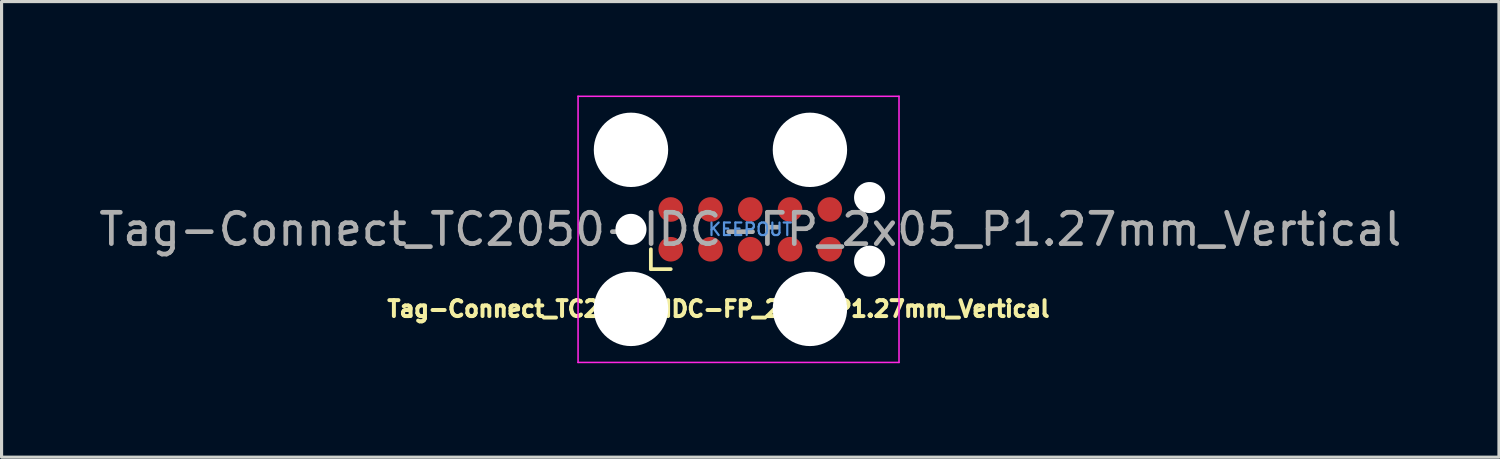
<source format=kicad_pcb>
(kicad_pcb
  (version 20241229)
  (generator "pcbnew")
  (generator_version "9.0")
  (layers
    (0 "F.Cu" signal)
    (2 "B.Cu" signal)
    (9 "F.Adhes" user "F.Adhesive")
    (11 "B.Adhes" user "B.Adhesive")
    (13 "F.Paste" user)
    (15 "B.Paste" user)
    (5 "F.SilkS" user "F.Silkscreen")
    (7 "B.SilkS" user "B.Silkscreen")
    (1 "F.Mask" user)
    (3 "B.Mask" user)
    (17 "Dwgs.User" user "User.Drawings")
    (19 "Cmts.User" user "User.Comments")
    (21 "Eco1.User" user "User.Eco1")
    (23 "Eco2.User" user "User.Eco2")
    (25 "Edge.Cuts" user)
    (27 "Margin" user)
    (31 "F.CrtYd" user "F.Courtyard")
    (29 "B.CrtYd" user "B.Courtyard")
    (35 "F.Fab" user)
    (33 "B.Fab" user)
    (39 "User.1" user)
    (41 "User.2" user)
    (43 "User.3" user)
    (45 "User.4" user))
  (footprint "Tag-Connect_TC2050-IDC-FP_2x05_P1.27mm_Vertical"
    (layer "F.Cu")
    (at 20.911 4.275)
    (property "Reference" "Tag-Connect_TC2050-IDC-FP_2x05_P1.27mm_Vertical" (at -1.016 2.54 0) (layer "F.SilkS") (effects (font (size 0.508 0.508) (thickness 0.127) (bold yes))))
    (attr exclude_from_pos_files exclude_from_bom)
    (fp_line (start -3.175 1.27) (end -3.175 0.635) (stroke (width 0.12) (type solid)) (layer "F.SilkS"))
    (fp_line (start -2.54 1.27) (end -3.175 1.27) (stroke (width 0.12) (type solid)) (layer "F.SilkS"))
    (fp_line (start -5.5 -4.25) (end 4.75 -4.25) (stroke (width 0.05) (type solid)) (layer "F.CrtYd"))
    (fp_line (start -5.5 4.25) (end -5.5 -4.25) (stroke (width 0.05) (type solid)) (layer "F.CrtYd"))
    (fp_line (start 4.75 -4.25) (end 4.75 4.25) (stroke (width 0.05) (type solid)) (layer "F.CrtYd"))
    (fp_line (start 4.75 4.25) (end -5.5 4.25) (stroke (width 0.05) (type solid)) (layer "F.CrtYd"))
    (fp_text user "KEEPOUT" (at 0 0 0) (layer "Cmts.User") (effects (font (size 0.4 0.4) (thickness 0.07))))
    (fp_text user "${REFERENCE}" (at 0 0 0) (layer "F.Fab") (effects (font (size 1 1) (thickness 0.15))))
    (pad "" np_thru_hole circle (at -3.81 -2.54) (size 2.375 2.375) (drill 2.375) (layers "*.Cu" "*.Mask"))
    (pad "" np_thru_hole circle (at -3.81 0) (size 0.991 0.991) (drill 0.991) (layers "*.Cu" "*.Mask"))
    (pad "" np_thru_hole circle (at -3.81 2.54) (size 2.375 2.375) (drill 2.375) (layers "*.Cu" "*.Mask"))
    (pad "" np_thru_hole circle (at 1.905 -2.54) (size 2.375 2.375) (drill 2.375) (layers "*.Cu" "*.Mask"))
    (pad "" np_thru_hole circle (at 1.905 2.54) (size 2.375 2.375) (drill 2.375) (layers "*.Cu" "*.Mask"))
    (pad "" np_thru_hole circle (at 3.81 -1.016) (size 0.991 0.991) (drill 0.991) (layers "*.Cu" "*.Mask"))
    (pad "" np_thru_hole circle (at 3.81 1.016) (size 0.991 0.991) (drill 0.991) (layers "*.Cu" "*.Mask"))
    (pad "1" connect circle (at -2.54 0.635) (size 0.787 0.787) (layers "F.Cu" "F.Mask"))
    (pad "2" connect circle (at -1.27 0.635) (size 0.787 0.787) (layers "F.Cu" "F.Mask"))
    (pad "3" connect circle (at 0 0.635) (size 0.787 0.787) (layers "F.Cu" "F.Mask"))
    (pad "4" connect circle (at 1.27 0.635) (size 0.787 0.787) (layers "F.Cu" "F.Mask"))
    (pad "5" connect circle (at 2.54 0.635) (size 0.787 0.787) (layers "F.Cu" "F.Mask"))
    (pad "6" connect circle (at 2.54 -0.635) (size 0.787 0.787) (layers "F.Cu" "F.Mask"))
    (pad "7" connect circle (at 1.27 -0.635) (size 0.787 0.787) (layers "F.Cu" "F.Mask"))
    (pad "8" connect circle (at 0 -0.635) (size 0.787 0.787) (layers "F.Cu" "F.Mask"))
    (pad "9" connect circle (at -1.27 -0.635) (size 0.787 0.787) (layers "F.Cu" "F.Mask"))
    (pad "10" connect circle (at -2.54 -0.635) (size 0.787 0.787) (layers "F.Cu" "F.Mask"))
    (zone (net_name "") (layer "F.Cu") (hatch full 0.508) (connect_pads) (min_thickness 0.254) (filled_areas_thickness no) (keepout (tracks allowed) (vias not_allowed) (pads allowed) (copperpour not_allowed) (footprints not_allowed)) (placement (enabled no)) (fill) (polygon (pts (xy 18.371 4.91) (xy 23.451 4.91) (xy 23.451 3.64) (xy 18.371 3.64)))))
  (gr_rect
    (start -3 -3)
    (end 44.821 11.55)
    (stroke (width 0.1) (type default))
    (fill no)
    (layer "Edge.Cuts")))
</source>
